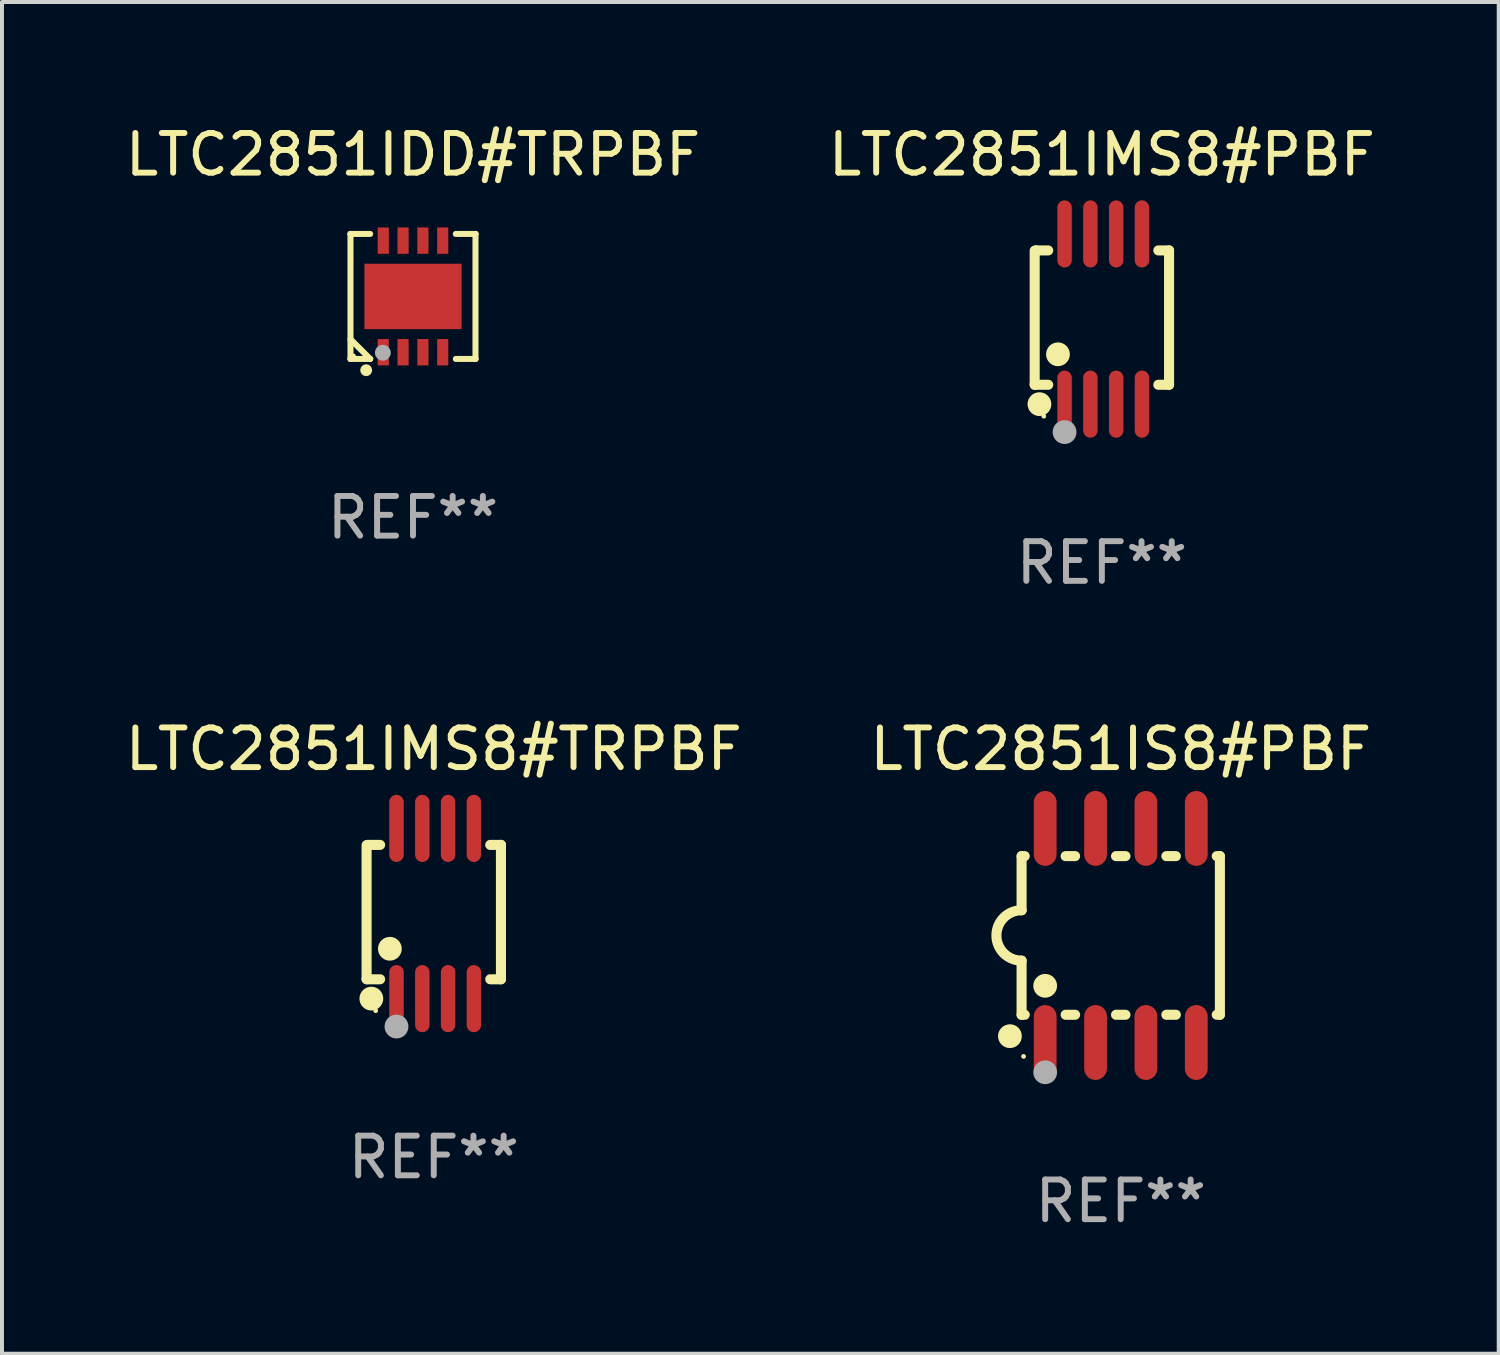
<source format=kicad_pcb>
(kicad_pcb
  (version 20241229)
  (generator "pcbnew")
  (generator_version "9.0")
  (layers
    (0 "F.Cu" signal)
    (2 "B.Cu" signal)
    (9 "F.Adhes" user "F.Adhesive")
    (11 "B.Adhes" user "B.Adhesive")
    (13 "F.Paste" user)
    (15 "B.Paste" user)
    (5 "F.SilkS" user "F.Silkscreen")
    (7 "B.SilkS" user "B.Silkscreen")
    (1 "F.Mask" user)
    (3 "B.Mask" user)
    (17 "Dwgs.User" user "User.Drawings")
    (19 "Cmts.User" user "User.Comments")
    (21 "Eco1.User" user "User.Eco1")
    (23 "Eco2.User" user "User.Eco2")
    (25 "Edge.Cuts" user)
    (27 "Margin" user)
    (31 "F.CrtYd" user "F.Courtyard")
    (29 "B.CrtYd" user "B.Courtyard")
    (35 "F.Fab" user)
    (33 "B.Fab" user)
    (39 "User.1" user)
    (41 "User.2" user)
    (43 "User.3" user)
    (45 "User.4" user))
  (footprint "LTC2851IMS8#TRPBF"
    (layer "F.Cu")
    (at 7.887 19.983)
    (property "Reference" "LTC2851IMS8#TRPBF" (at 0 -4.146 0) (layer "F.SilkS") (effects (font (size 1 1) (thickness 0.15))))
    (attr through_hole)
    (fp_line (start -1.694 -1.724) (end -1.694 1.652) (stroke (width 0.254) (type solid)) (layer "F.SilkS"))
    (fp_line (start -1.694 1.652) (end -1.688 1.658) (stroke (width 0.254) (type solid)) (layer "F.SilkS"))
    (fp_line (start -1.688 1.658) (end -1.353 1.658) (stroke (width 0.254) (type solid)) (layer "F.SilkS"))
    (fp_line (start -1.661 -1.73) (end -1.681 -1.71) (stroke (width 0.254) (type solid)) (layer "F.SilkS"))
    (fp_line (start -1.353 -1.73) (end -1.661 -1.73) (stroke (width 0.254) (type solid)) (layer "F.SilkS"))
    (fp_line (start 1.424 1.658) (end 1.694 1.658) (stroke (width 0.254) (type solid)) (layer "F.SilkS"))
    (fp_line (start 1.694 -1.73) (end 1.424 -1.73) (stroke (width 0.254) (type solid)) (layer "F.SilkS"))
    (fp_line (start 1.694 1.658) (end 1.694 -1.73) (stroke (width 0.254) (type solid)) (layer "F.SilkS"))
    (fp_circle (center -1.574 2.146) (end -1.424 2.146) (stroke (width 0.3) (type solid)) (fill no) (layer "F.SilkS"))
    (fp_circle (center -1.464 2.45) (end -1.434 2.45) (stroke (width 0.06) (type solid)) (fill no) (layer "F.SilkS"))
    (fp_circle (center -1.107 0.889) (end -0.957 0.889) (stroke (width 0.3) (type solid)) (fill no) (layer "F.SilkS"))
    (fp_circle (center -0.94 2.85) (end -0.789 2.85) (stroke (width 0.3) (type solid)) (fill no) (layer "F.Fab"))
    (fp_text user "REF**" (at 0 6.146 0) (layer "F.Fab") (effects (font (size 1 1) (thickness 0.15))))
    (pad "1" smd oval (at -0.94 2.146) (size 0.364 1.692) (layers "F.Cu" "F.Mask" "F.Paste"))
    (pad "2" smd oval (at -0.289 2.146) (size 0.364 1.692) (layers "F.Cu" "F.Mask" "F.Paste"))
    (pad "3" smd oval (at 0.361 2.146) (size 0.364 1.692) (layers "F.Cu" "F.Mask" "F.Paste"))
    (pad "4" smd oval (at 1.011 2.146) (size 0.364 1.692) (layers "F.Cu" "F.Mask" "F.Paste"))
    (pad "5" smd oval (at 1.011 -2.146) (size 0.364 1.692) (layers "F.Cu" "F.Mask" "F.Paste"))
    (pad "6" smd oval (at 0.361 -2.146) (size 0.364 1.692) (layers "F.Cu" "F.Mask" "F.Paste"))
    (pad "7" smd oval (at -0.289 -2.146) (size 0.364 1.692) (layers "F.Cu" "F.Mask" "F.Paste"))
    (pad "8" smd oval (at -0.94 -2.146) (size 0.364 1.692) (layers "F.Cu" "F.Mask" "F.Paste")))
  (footprint "LTC2851IS8#PBF"
    (layer "F.Cu")
    (at 25.208 20.536)
    (property "Reference" "LTC2851IS8#PBF" (at 0 -4.699 0) (layer "F.SilkS") (effects (font (size 1 1) (thickness 0.15))))
    (attr through_hole)
    (fp_line (start -2.5 -2) (end -2.5 -0.635) (stroke (width 0.254) (type solid)) (layer "F.SilkS"))
    (fp_line (start -2.5 -2) (end -2.421 -2) (stroke (width 0.254) (type solid)) (layer "F.SilkS"))
    (fp_line (start -2.5 2) (end -2.5 0.635) (stroke (width 0.254) (type solid)) (layer "F.SilkS"))
    (fp_line (start -2.5 2) (end -2.421 2) (stroke (width 0.254) (type solid)) (layer "F.SilkS"))
    (fp_line (start -1.389 -2) (end -1.151 -2) (stroke (width 0.254) (type solid)) (layer "F.SilkS"))
    (fp_line (start -1.389 2) (end -1.151 2) (stroke (width 0.254) (type solid)) (layer "F.SilkS"))
    (fp_line (start -0.119 -2) (end 0.119 -2) (stroke (width 0.254) (type solid)) (layer "F.SilkS"))
    (fp_line (start -0.119 2) (end 0.119 2) (stroke (width 0.254) (type solid)) (layer "F.SilkS"))
    (fp_line (start 1.151 -2) (end 1.389 -2) (stroke (width 0.254) (type solid)) (layer "F.SilkS"))
    (fp_line (start 1.151 2) (end 1.389 2) (stroke (width 0.254) (type solid)) (layer "F.SilkS"))
    (fp_line (start 2.421 -2) (end 2.5 -2) (stroke (width 0.254) (type solid)) (layer "F.SilkS"))
    (fp_line (start 2.421 2) (end 2.5 2) (stroke (width 0.254) (type solid)) (layer "F.SilkS"))
    (fp_line (start 2.5 -2) (end 2.5 2) (stroke (width 0.254) (type solid)) (layer "F.SilkS"))
    (fp_arc (start -2.5 0.635001) (mid -3.134366 -0.000318) (end -2.499365 -0.635001) (stroke (width 0.254001) (type solid)) (layer "F.SilkS"))
    (fp_circle (center -2.794 2.54) (end -2.644 2.54) (stroke (width 0.3) (type solid)) (fill no) (layer "F.SilkS"))
    (fp_circle (center -2.45 3.05) (end -2.42 3.05) (stroke (width 0.06) (type solid)) (fill no) (layer "F.SilkS"))
    (fp_circle (center -1.905 1.27) (end -1.755 1.27) (stroke (width 0.3) (type solid)) (fill no) (layer "F.SilkS"))
    (fp_circle (center -1.905 3.45) (end -1.755 3.45) (stroke (width 0.3) (type solid)) (fill no) (layer "F.Fab"))
    (fp_text user "REF**" (at 0 6.699 0) (layer "F.Fab") (effects (font (size 1 1) (thickness 0.15))))
    (pad "1" smd oval (at -1.905 2.699) (size 0.574 1.888) (layers "F.Cu" "F.Mask" "F.Paste"))
    (pad "2" smd oval (at -0.635 2.699) (size 0.574 1.888) (layers "F.Cu" "F.Mask" "F.Paste"))
    (pad "3" smd oval (at 0.635 2.699) (size 0.574 1.888) (layers "F.Cu" "F.Mask" "F.Paste"))
    (pad "4" smd oval (at 1.905 2.699) (size 0.574 1.888) (layers "F.Cu" "F.Mask" "F.Paste"))
    (pad "5" smd oval (at 1.905 -2.699) (size 0.574 1.888) (layers "F.Cu" "F.Mask" "F.Paste"))
    (pad "6" smd oval (at 0.635 -2.699) (size 0.574 1.888) (layers "F.Cu" "F.Mask" "F.Paste"))
    (pad "7" smd oval (at -0.635 -2.699) (size 0.574 1.888) (layers "F.Cu" "F.Mask" "F.Paste"))
    (pad "8" smd oval (at -1.905 -2.699) (size 0.574 1.888) (layers "F.Cu" "F.Mask" "F.Paste")))
  (footprint "LTC2851IMS8#PBF"
    (layer "F.Cu")
    (at 24.732 4.994)
    (property "Reference" "LTC2851IMS8#PBF" (at 0 -4.146 0) (layer "F.SilkS") (effects (font (size 1 1) (thickness 0.15))))
    (attr through_hole)
    (fp_line (start -1.694 -1.724) (end -1.694 1.652) (stroke (width 0.254) (type solid)) (layer "F.SilkS"))
    (fp_line (start -1.694 1.652) (end -1.688 1.658) (stroke (width 0.254) (type solid)) (layer "F.SilkS"))
    (fp_line (start -1.688 1.658) (end -1.353 1.658) (stroke (width 0.254) (type solid)) (layer "F.SilkS"))
    (fp_line (start -1.661 -1.73) (end -1.681 -1.71) (stroke (width 0.254) (type solid)) (layer "F.SilkS"))
    (fp_line (start -1.353 -1.73) (end -1.661 -1.73) (stroke (width 0.254) (type solid)) (layer "F.SilkS"))
    (fp_line (start 1.424 1.658) (end 1.694 1.658) (stroke (width 0.254) (type solid)) (layer "F.SilkS"))
    (fp_line (start 1.694 -1.73) (end 1.424 -1.73) (stroke (width 0.254) (type solid)) (layer "F.SilkS"))
    (fp_line (start 1.694 1.658) (end 1.694 -1.73) (stroke (width 0.254) (type solid)) (layer "F.SilkS"))
    (fp_circle (center -1.574 2.146) (end -1.424 2.146) (stroke (width 0.3) (type solid)) (fill no) (layer "F.SilkS"))
    (fp_circle (center -1.464 2.45) (end -1.434 2.45) (stroke (width 0.06) (type solid)) (fill no) (layer "F.SilkS"))
    (fp_circle (center -1.107 0.889) (end -0.957 0.889) (stroke (width 0.3) (type solid)) (fill no) (layer "F.SilkS"))
    (fp_circle (center -0.94 2.85) (end -0.789 2.85) (stroke (width 0.3) (type solid)) (fill no) (layer "F.Fab"))
    (fp_text user "REF**" (at 0 6.146 0) (layer "F.Fab") (effects (font (size 1 1) (thickness 0.15))))
    (pad "1" smd oval (at -0.94 2.146) (size 0.364 1.692) (layers "F.Cu" "F.Mask" "F.Paste"))
    (pad "2" smd oval (at -0.289 2.146) (size 0.364 1.692) (layers "F.Cu" "F.Mask" "F.Paste"))
    (pad "3" smd oval (at 0.361 2.146) (size 0.364 1.692) (layers "F.Cu" "F.Mask" "F.Paste"))
    (pad "4" smd oval (at 1.011 2.146) (size 0.364 1.692) (layers "F.Cu" "F.Mask" "F.Paste"))
    (pad "5" smd oval (at 1.011 -2.146) (size 0.364 1.692) (layers "F.Cu" "F.Mask" "F.Paste"))
    (pad "6" smd oval (at 0.361 -2.146) (size 0.364 1.692) (layers "F.Cu" "F.Mask" "F.Paste"))
    (pad "7" smd oval (at -0.289 -2.146) (size 0.364 1.692) (layers "F.Cu" "F.Mask" "F.Paste"))
    (pad "8" smd oval (at -0.94 -2.146) (size 0.364 1.692) (layers "F.Cu" "F.Mask" "F.Paste")))
  (footprint "LTC2851IDD#TRPBF"
    (layer "F.Cu")
    (at 7.363 4.424)
    (property "Reference" "LTC2851IDD#TRPBF" (at 0 -3.576 0) (layer "F.SilkS") (effects (font (size 1 1) (thickness 0.15))))
    (attr through_hole)
    (fp_line (start -1.576 -1.576) (end -1.576 -1.576) (stroke (width 0.152) (type solid)) (layer "F.SilkS"))
    (fp_line (start -1.576 -1.576) (end -1.08 -1.576) (stroke (width 0.152) (type solid)) (layer "F.SilkS"))
    (fp_line (start -1.576 1.576) (end -1.576 -1.576) (stroke (width 0.152) (type solid)) (layer "F.SilkS"))
    (fp_line (start -1.576 1.576) (end -1.576 1.576) (stroke (width 0.152) (type solid)) (layer "F.SilkS"))
    (fp_line (start -1.08 1.575) (end -1.576 1.079) (stroke (width 0.152) (type solid)) (layer "F.SilkS"))
    (fp_line (start -1.08 1.576) (end -1.576 1.576) (stroke (width 0.152) (type solid)) (layer "F.SilkS"))
    (fp_line (start -1.08 1.576) (end -1.08 1.575) (stroke (width 0.152) (type solid)) (layer "F.SilkS"))
    (fp_line (start 1.08 1.576) (end 1.576 1.576) (stroke (width 0.152) (type solid)) (layer "F.SilkS"))
    (fp_line (start 1.576 -1.576) (end 1.08 -1.576) (stroke (width 0.152) (type solid)) (layer "F.SilkS"))
    (fp_line (start 1.576 -1.576) (end 1.576 -1.576) (stroke (width 0.152) (type solid)) (layer "F.SilkS"))
    (fp_line (start 1.576 1.576) (end 1.576 -1.576) (stroke (width 0.152) (type solid)) (layer "F.SilkS"))
    (fp_line (start 1.576 1.576) (end 1.576 1.576) (stroke (width 0.152) (type solid)) (layer "F.SilkS"))
    (fp_circle (center -1.5 1.5) (end -1.47 1.5) (stroke (width 0.06) (type solid)) (fill no) (layer "F.SilkS"))
    (fp_circle (center -1.18 1.86) (end -1.105 1.86) (stroke (width 0.15) (type solid)) (fill no) (layer "F.SilkS"))
    (fp_circle (center -0.76 1.42) (end -0.66 1.42) (stroke (width 0.2) (type solid)) (fill no) (layer "F.Fab"))
    (fp_text user "REF**" (at 0 5.576 0) (layer "F.Fab") (effects (font (size 1 1) (thickness 0.15))))
    (pad "1" smd rect (at -0.75 1.407) (size 0.28 0.665) (layers "F.Cu" "F.Mask" "F.Paste"))
    (pad "2" smd rect (at -0.25 1.407) (size 0.28 0.665) (layers "F.Cu" "F.Mask" "F.Paste"))
    (pad "3" smd rect (at 0.25 1.407) (size 0.28 0.665) (layers "F.Cu" "F.Mask" "F.Paste"))
    (pad "4" smd rect (at 0.75 1.407) (size 0.28 0.665) (layers "F.Cu" "F.Mask" "F.Paste"))
    (pad "5" smd rect (at 0.75 -1.407) (size 0.28 0.665) (layers "F.Cu" "F.Mask" "F.Paste"))
    (pad "6" smd rect (at 0.25 -1.407) (size 0.28 0.665) (layers "F.Cu" "F.Mask" "F.Paste"))
    (pad "7" smd rect (at -0.25 -1.407) (size 0.28 0.665) (layers "F.Cu" "F.Mask" "F.Paste"))
    (pad "8" smd rect (at -0.75 -1.407) (size 0.28 0.665) (layers "F.Cu" "F.Mask" "F.Paste"))
    (pad "9" smd rect (at 0 0) (size 2.45 1.65) (layers "F.Cu" "F.Mask" "F.Paste")))
  (gr_rect
    (start -3 -3)
    (end 34.738 31.083)
    (stroke (width 0.1) (type default))
    (fill no)
    (layer "Edge.Cuts")))
</source>
